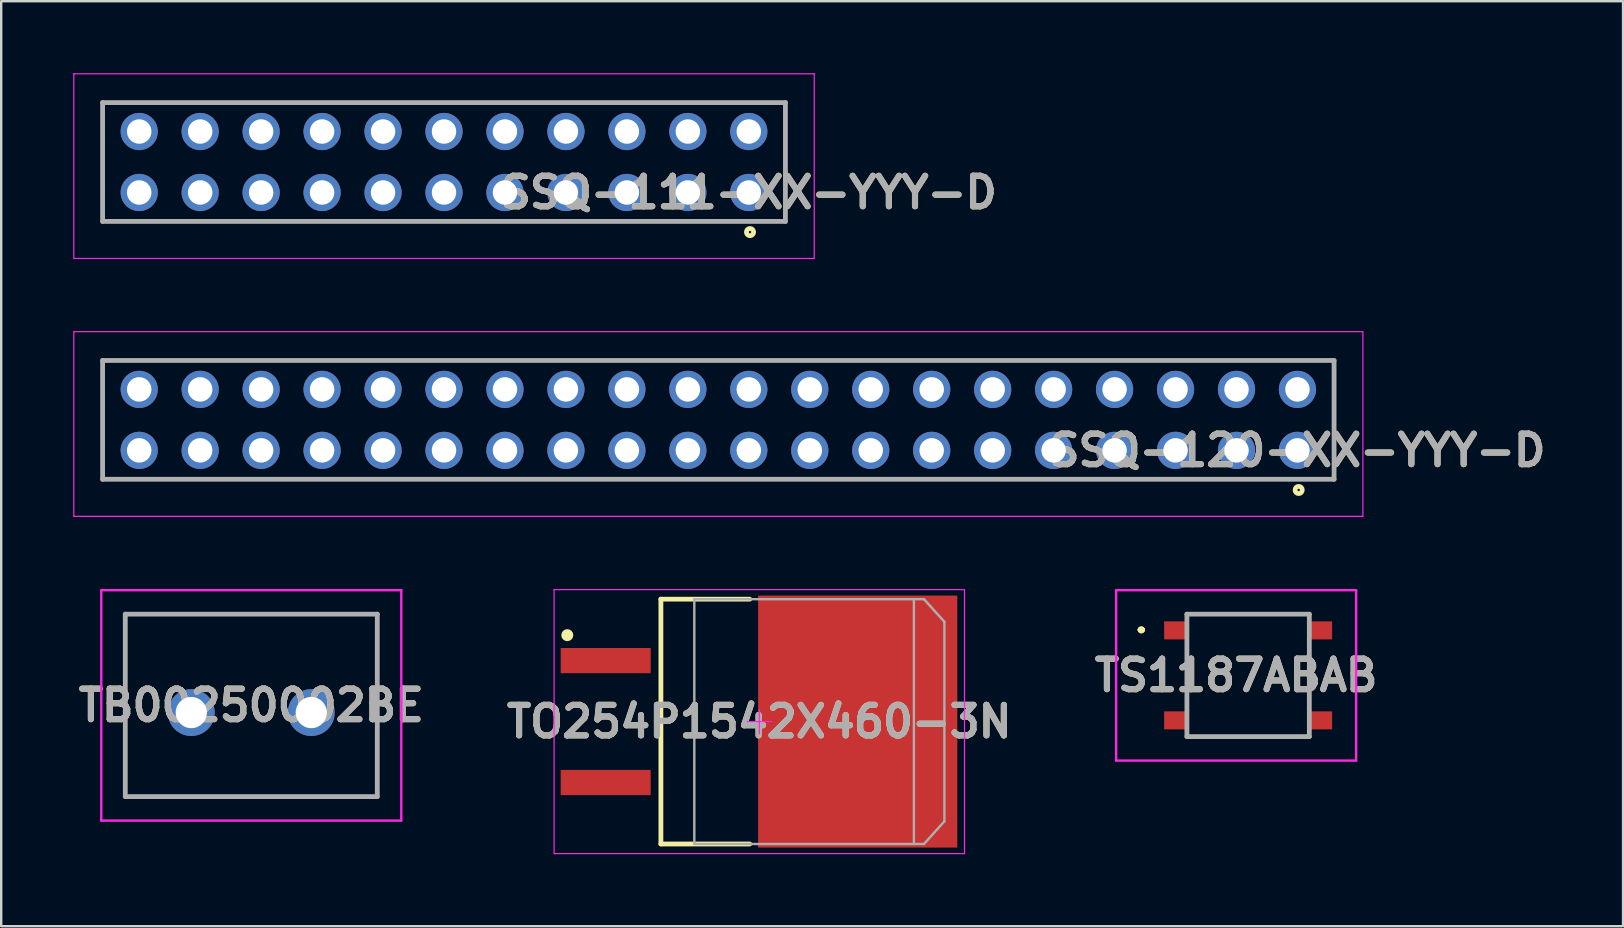
<source format=kicad_pcb>
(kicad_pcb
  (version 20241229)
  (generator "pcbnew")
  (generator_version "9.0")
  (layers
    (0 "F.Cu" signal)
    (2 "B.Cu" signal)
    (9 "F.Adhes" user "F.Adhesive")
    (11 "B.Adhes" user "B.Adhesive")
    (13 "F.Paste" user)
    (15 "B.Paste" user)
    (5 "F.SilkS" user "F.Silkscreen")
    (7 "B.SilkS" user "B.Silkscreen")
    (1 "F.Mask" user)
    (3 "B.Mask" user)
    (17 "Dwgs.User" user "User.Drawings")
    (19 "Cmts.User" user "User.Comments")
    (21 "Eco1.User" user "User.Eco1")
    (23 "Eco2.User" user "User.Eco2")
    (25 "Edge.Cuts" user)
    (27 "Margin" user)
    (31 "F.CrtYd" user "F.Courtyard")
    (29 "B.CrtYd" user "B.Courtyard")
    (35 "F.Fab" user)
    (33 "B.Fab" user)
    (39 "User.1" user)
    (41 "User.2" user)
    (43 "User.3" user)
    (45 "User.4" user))
  (footprint "TS1187ABAB"
    (layer "F.Cu")
    (at 48.954 25.09)
    (property "Reference" "TS1187ABAB" (at -0.5 0 0) (layer "F.SilkS") (effects (font (size 1.27 1.27) (thickness 0.254))))
    (attr smd)
    (fp_line (start -4.5 -1.9) (end -4.5 -1.9) (stroke (width 0.2) (type solid)) (layer "F.SilkS"))
    (fp_line (start -4.5 -1.9) (end -4.5 -1.9) (stroke (width 0.2) (type solid)) (layer "F.SilkS"))
    (fp_line (start -4.4 -1.9) (end -4.4 -1.9) (stroke (width 0.2) (type solid)) (layer "F.SilkS"))
    (fp_line (start -2.55 -1) (end -2.55 1) (stroke (width 0.1) (type solid)) (layer "F.SilkS"))
    (fp_line (start -2 -2.55) (end 2 -2.55) (stroke (width 0.1) (type solid)) (layer "F.SilkS"))
    (fp_line (start -2 2.55) (end 2 2.55) (stroke (width 0.1) (type solid)) (layer "F.SilkS"))
    (fp_line (start 2.55 -1) (end 2.55 1) (stroke (width 0.1) (type solid)) (layer "F.SilkS"))
    (fp_arc (start -4.5 -1.9) (mid -4.45 -1.95) (end -4.4 -1.9) (stroke (width 0.2) (type solid)) (layer "F.SilkS"))
    (fp_arc (start -4.4 -1.9) (mid -4.45 -1.85) (end -4.5 -1.9) (stroke (width 0.2) (type solid)) (layer "F.SilkS"))
    (fp_arc (start -4.4 -1.9) (mid -4.45 -1.85) (end -4.5 -1.9) (stroke (width 0.2) (type solid)) (layer "F.SilkS"))
    (fp_line (start -5.5 -3.55) (end 4.5 -3.55) (stroke (width 0.1) (type solid)) (layer "F.CrtYd"))
    (fp_line (start -5.5 3.55) (end -5.5 -3.55) (stroke (width 0.1) (type solid)) (layer "F.CrtYd"))
    (fp_line (start 4.5 -3.55) (end 4.5 3.55) (stroke (width 0.1) (type solid)) (layer "F.CrtYd"))
    (fp_line (start 4.5 3.55) (end -5.5 3.55) (stroke (width 0.1) (type solid)) (layer "F.CrtYd"))
    (fp_line (start -2.55 -2.55) (end -2.55 2.55) (stroke (width 0.2) (type solid)) (layer "F.Fab"))
    (fp_line (start -2.55 2.55) (end 2.55 2.55) (stroke (width 0.2) (type solid)) (layer "F.Fab"))
    (fp_line (start 2.55 -2.55) (end -2.55 -2.55) (stroke (width 0.2) (type solid)) (layer "F.Fab"))
    (fp_line (start 2.55 2.55) (end 2.55 -2.55) (stroke (width 0.2) (type solid)) (layer "F.Fab"))
    (fp_text user "${REFERENCE}" (at -0.5 0 0) (layer "F.Fab") (effects (font (size 1.27 1.27) (thickness 0.254))))
    (pad "A1" smd rect (at -3 -1.875 90) (size 0.75 1) (layers "F.Cu" "F.Mask" "F.Paste"))
    (pad "B1" smd rect (at 3 -1.875 90) (size 0.75 1) (layers "F.Cu" "F.Mask" "F.Paste"))
    (pad "C1" smd rect (at -3 1.875 90) (size 0.75 1) (layers "F.Cu" "F.Mask" "F.Paste"))
    (pad "D1" smd rect (at 3 1.875 90) (size 0.75 1) (layers "F.Cu" "F.Mask" "F.Paste")))
  (footprint "TB00250002BE"
    (layer "F.Cu")
    (at 4.92 26.64)
    (property "Reference" "TB00250002BE" (at 2.5 -0.3 0) (layer "F.SilkS") (effects (font (size 1.27 1.27) (thickness 0.254))))
    (attr through_hole)
    (fp_line (start -2.75 -4.1) (end 7.75 -4.1) (stroke (width 0.1) (type solid)) (layer "F.SilkS"))
    (fp_line (start -2.75 3.5) (end -2.75 -4.1) (stroke (width 0.1) (type solid)) (layer "F.SilkS"))
    (fp_line (start 7.75 -4.1) (end 7.75 3.5) (stroke (width 0.1) (type solid)) (layer "F.SilkS"))
    (fp_line (start 7.75 3.5) (end -2.75 3.5) (stroke (width 0.1) (type solid)) (layer "F.SilkS"))
    (fp_line (start -3.75 -5.1) (end 8.75 -5.1) (stroke (width 0.1) (type solid)) (layer "F.CrtYd"))
    (fp_line (start -3.75 4.5) (end -3.75 -5.1) (stroke (width 0.1) (type solid)) (layer "F.CrtYd"))
    (fp_line (start 8.75 -5.1) (end 8.75 4.5) (stroke (width 0.1) (type solid)) (layer "F.CrtYd"))
    (fp_line (start 8.75 4.5) (end -3.75 4.5) (stroke (width 0.1) (type solid)) (layer "F.CrtYd"))
    (fp_line (start -2.75 -4.1) (end 7.75 -4.1) (stroke (width 0.2) (type solid)) (layer "F.Fab"))
    (fp_line (start -2.75 3.5) (end -2.75 -4.1) (stroke (width 0.2) (type solid)) (layer "F.Fab"))
    (fp_line (start 7.75 -4.1) (end 7.75 3.5) (stroke (width 0.2) (type solid)) (layer "F.Fab"))
    (fp_line (start 7.75 3.5) (end -2.75 3.5) (stroke (width 0.2) (type solid)) (layer "F.Fab"))
    (fp_text user "${REFERENCE}" (at 2.5 -0.3 0) (layer "F.Fab") (effects (font (size 1.27 1.27) (thickness 0.254))))
    (pad "1" thru_hole circle (at 0 0) (size 1.95 1.95) (drill 1.3) (layers "*.Cu" "*.Mask"))
    (pad "2" thru_hole circle (at 5 0) (size 1.95 1.95) (drill 1.3) (layers "*.Cu" "*.Mask")))
  (footprint "SSQ-120-XX-YYY-D"
    (layer "F.Cu")
    (at 51.01 15.715)
    (property "Reference" "SSQ-120-XX-YYY-D" (at 0 0 0) (layer "F.SilkS") (effects (font (size 1.27 1.27) (thickness 0.254))))
    (attr through_hole)
    (fp_line (start -49.785 -3.745) (end 1.525 -3.745) (stroke (width 0.1) (type solid)) (layer "F.SilkS"))
    (fp_line (start -49.785 1.205) (end -49.785 -3.745) (stroke (width 0.1) (type solid)) (layer "F.SilkS"))
    (fp_line (start 1.525 -3.745) (end 1.525 1.205) (stroke (width 0.1) (type solid)) (layer "F.SilkS"))
    (fp_line (start 1.525 1.205) (end -49.785 1.205) (stroke (width 0.1) (type solid)) (layer "F.SilkS"))
    (fp_circle (center 0.05 1.65) (end 0.05 1.7) (stroke (width 0.2) (type solid)) (fill no) (layer "F.SilkS"))
    (fp_line (start -50.985 -4.945) (end 2.725 -4.945) (stroke (width 0.05) (type solid)) (layer "F.CrtYd"))
    (fp_line (start -50.985 2.75) (end -50.985 -4.945) (stroke (width 0.05) (type solid)) (layer "F.CrtYd"))
    (fp_line (start 2.725 -4.945) (end 2.725 2.75) (stroke (width 0.05) (type solid)) (layer "F.CrtYd"))
    (fp_line (start 2.725 2.75) (end -50.985 2.75) (stroke (width 0.05) (type solid)) (layer "F.CrtYd"))
    (fp_line (start -49.785 -3.745) (end 1.525 -3.745) (stroke (width 0.2) (type solid)) (layer "F.Fab"))
    (fp_line (start -49.785 1.205) (end -49.785 -3.745) (stroke (width 0.2) (type solid)) (layer "F.Fab"))
    (fp_line (start 1.525 -3.745) (end 1.525 1.205) (stroke (width 0.2) (type solid)) (layer "F.Fab"))
    (fp_line (start 1.525 1.205) (end -49.785 1.205) (stroke (width 0.2) (type solid)) (layer "F.Fab"))
    (fp_text user "${REFERENCE}" (at 0 0 0) (layer "F.Fab") (effects (font (size 1.27 1.27) (thickness 0.254))))
    (pad "1" thru_hole circle (at 0 0) (size 1.55 1.55) (drill 1.02) (layers "*.Cu" "*.Mask"))
    (pad "2" thru_hole circle (at 0 -2.54) (size 1.55 1.55) (drill 1.02) (layers "*.Cu" "*.Mask"))
    (pad "3" thru_hole circle (at -2.54 0) (size 1.55 1.55) (drill 1.02) (layers "*.Cu" "*.Mask"))
    (pad "4" thru_hole circle (at -2.54 -2.54) (size 1.55 1.55) (drill 1.02) (layers "*.Cu" "*.Mask"))
    (pad "5" thru_hole circle (at -5.08 0) (size 1.55 1.55) (drill 1.02) (layers "*.Cu" "*.Mask"))
    (pad "6" thru_hole circle (at -5.08 -2.54) (size 1.55 1.55) (drill 1.02) (layers "*.Cu" "*.Mask"))
    (pad "7" thru_hole circle (at -7.62 0) (size 1.55 1.55) (drill 1.02) (layers "*.Cu" "*.Mask"))
    (pad "8" thru_hole circle (at -7.62 -2.54) (size 1.55 1.55) (drill 1.02) (layers "*.Cu" "*.Mask"))
    (pad "9" thru_hole circle (at -10.16 0) (size 1.55 1.55) (drill 1.02) (layers "*.Cu" "*.Mask"))
    (pad "10" thru_hole circle (at -10.16 -2.54) (size 1.55 1.55) (drill 1.02) (layers "*.Cu" "*.Mask"))
    (pad "11" thru_hole circle (at -12.7 0) (size 1.55 1.55) (drill 1.02) (layers "*.Cu" "*.Mask"))
    (pad "12" thru_hole circle (at -12.7 -2.54) (size 1.55 1.55) (drill 1.02) (layers "*.Cu" "*.Mask"))
    (pad "13" thru_hole circle (at -15.24 0) (size 1.55 1.55) (drill 1.02) (layers "*.Cu" "*.Mask"))
    (pad "14" thru_hole circle (at -15.24 -2.54) (size 1.55 1.55) (drill 1.02) (layers "*.Cu" "*.Mask"))
    (pad "15" thru_hole circle (at -17.78 0) (size 1.55 1.55) (drill 1.02) (layers "*.Cu" "*.Mask"))
    (pad "16" thru_hole circle (at -17.78 -2.54) (size 1.55 1.55) (drill 1.02) (layers "*.Cu" "*.Mask"))
    (pad "17" thru_hole circle (at -20.32 0) (size 1.55 1.55) (drill 1.02) (layers "*.Cu" "*.Mask"))
    (pad "18" thru_hole circle (at -20.32 -2.54) (size 1.55 1.55) (drill 1.02) (layers "*.Cu" "*.Mask"))
    (pad "19" thru_hole circle (at -22.86 0) (size 1.55 1.55) (drill 1.02) (layers "*.Cu" "*.Mask"))
    (pad "20" thru_hole circle (at -22.86 -2.54) (size 1.55 1.55) (drill 1.02) (layers "*.Cu" "*.Mask"))
    (pad "21" thru_hole circle (at -25.4 0) (size 1.55 1.55) (drill 1.02) (layers "*.Cu" "*.Mask"))
    (pad "22" thru_hole circle (at -25.4 -2.54) (size 1.55 1.55) (drill 1.02) (layers "*.Cu" "*.Mask"))
    (pad "23" thru_hole circle (at -27.94 0) (size 1.55 1.55) (drill 1.02) (layers "*.Cu" "*.Mask"))
    (pad "24" thru_hole circle (at -27.94 -2.54) (size 1.55 1.55) (drill 1.02) (layers "*.Cu" "*.Mask"))
    (pad "25" thru_hole circle (at -30.48 0) (size 1.55 1.55) (drill 1.02) (layers "*.Cu" "*.Mask"))
    (pad "26" thru_hole circle (at -30.48 -2.54) (size 1.55 1.55) (drill 1.02) (layers "*.Cu" "*.Mask"))
    (pad "27" thru_hole circle (at -33.02 0) (size 1.55 1.55) (drill 1.02) (layers "*.Cu" "*.Mask"))
    (pad "28" thru_hole circle (at -33.02 -2.54) (size 1.55 1.55) (drill 1.02) (layers "*.Cu" "*.Mask"))
    (pad "29" thru_hole circle (at -35.56 0) (size 1.55 1.55) (drill 1.02) (layers "*.Cu" "*.Mask"))
    (pad "30" thru_hole circle (at -35.56 -2.54) (size 1.55 1.55) (drill 1.02) (layers "*.Cu" "*.Mask"))
    (pad "31" thru_hole circle (at -38.1 0) (size 1.55 1.55) (drill 1.02) (layers "*.Cu" "*.Mask"))
    (pad "32" thru_hole circle (at -38.1 -2.54) (size 1.55 1.55) (drill 1.02) (layers "*.Cu" "*.Mask"))
    (pad "33" thru_hole circle (at -40.64 0) (size 1.55 1.55) (drill 1.02) (layers "*.Cu" "*.Mask"))
    (pad "34" thru_hole circle (at -40.64 -2.54) (size 1.55 1.55) (drill 1.02) (layers "*.Cu" "*.Mask"))
    (pad "35" thru_hole circle (at -43.18 0) (size 1.55 1.55) (drill 1.02) (layers "*.Cu" "*.Mask"))
    (pad "36" thru_hole circle (at -43.18 -2.54) (size 1.55 1.55) (drill 1.02) (layers "*.Cu" "*.Mask"))
    (pad "37" thru_hole circle (at -45.72 0) (size 1.55 1.55) (drill 1.02) (layers "*.Cu" "*.Mask"))
    (pad "38" thru_hole circle (at -45.72 -2.54) (size 1.55 1.55) (drill 1.02) (layers "*.Cu" "*.Mask"))
    (pad "39" thru_hole circle (at -48.26 0) (size 1.55 1.55) (drill 1.02) (layers "*.Cu" "*.Mask"))
    (pad "40" thru_hole circle (at -48.26 -2.54) (size 1.55 1.55) (drill 1.02) (layers "*.Cu" "*.Mask")))
  (footprint "SSQ-111-XX-YYY-D"
    (layer "F.Cu")
    (at 28.15 4.97)
    (property "Reference" "SSQ-111-XX-YYY-D" (at 0 0 0) (layer "F.SilkS") (effects (font (size 1.27 1.27) (thickness 0.254))))
    (attr through_hole)
    (fp_line (start -26.925 -3.745) (end 1.525 -3.745) (stroke (width 0.1) (type solid)) (layer "F.SilkS"))
    (fp_line (start -26.925 1.205) (end -26.925 -3.745) (stroke (width 0.1) (type solid)) (layer "F.SilkS"))
    (fp_line (start 1.525 -3.745) (end 1.525 1.205) (stroke (width 0.1) (type solid)) (layer "F.SilkS"))
    (fp_line (start 1.525 1.205) (end -26.925 1.205) (stroke (width 0.1) (type solid)) (layer "F.SilkS"))
    (fp_circle (center 0.05 1.65) (end 0.05 1.7) (stroke (width 0.2) (type solid)) (fill no) (layer "F.SilkS"))
    (fp_line (start -28.125 -4.945) (end 2.725 -4.945) (stroke (width 0.05) (type solid)) (layer "F.CrtYd"))
    (fp_line (start -28.125 2.75) (end -28.125 -4.945) (stroke (width 0.05) (type solid)) (layer "F.CrtYd"))
    (fp_line (start 2.725 -4.945) (end 2.725 2.75) (stroke (width 0.05) (type solid)) (layer "F.CrtYd"))
    (fp_line (start 2.725 2.75) (end -28.125 2.75) (stroke (width 0.05) (type solid)) (layer "F.CrtYd"))
    (fp_line (start -26.925 -3.745) (end 1.525 -3.745) (stroke (width 0.2) (type solid)) (layer "F.Fab"))
    (fp_line (start -26.925 1.205) (end -26.925 -3.745) (stroke (width 0.2) (type solid)) (layer "F.Fab"))
    (fp_line (start 1.525 -3.745) (end 1.525 1.205) (stroke (width 0.2) (type solid)) (layer "F.Fab"))
    (fp_line (start 1.525 1.205) (end -26.925 1.205) (stroke (width 0.2) (type solid)) (layer "F.Fab"))
    (fp_text user "${REFERENCE}" (at 0 0 0) (layer "F.Fab") (effects (font (size 1.27 1.27) (thickness 0.254))))
    (pad "1" thru_hole circle (at 0 0) (size 1.55 1.55) (drill 1.02) (layers "*.Cu" "*.Mask"))
    (pad "2" thru_hole circle (at 0 -2.54) (size 1.55 1.55) (drill 1.02) (layers "*.Cu" "*.Mask"))
    (pad "3" thru_hole circle (at -2.54 0) (size 1.55 1.55) (drill 1.02) (layers "*.Cu" "*.Mask"))
    (pad "4" thru_hole circle (at -2.54 -2.54) (size 1.55 1.55) (drill 1.02) (layers "*.Cu" "*.Mask"))
    (pad "5" thru_hole circle (at -5.08 0) (size 1.55 1.55) (drill 1.02) (layers "*.Cu" "*.Mask"))
    (pad "6" thru_hole circle (at -5.08 -2.54) (size 1.55 1.55) (drill 1.02) (layers "*.Cu" "*.Mask"))
    (pad "7" thru_hole circle (at -7.62 0) (size 1.55 1.55) (drill 1.02) (layers "*.Cu" "*.Mask"))
    (pad "8" thru_hole circle (at -7.62 -2.54) (size 1.55 1.55) (drill 1.02) (layers "*.Cu" "*.Mask"))
    (pad "9" thru_hole circle (at -10.16 0) (size 1.55 1.55) (drill 1.02) (layers "*.Cu" "*.Mask"))
    (pad "10" thru_hole circle (at -10.16 -2.54) (size 1.55 1.55) (drill 1.02) (layers "*.Cu" "*.Mask"))
    (pad "11" thru_hole circle (at -12.7 0) (size 1.55 1.55) (drill 1.02) (layers "*.Cu" "*.Mask"))
    (pad "12" thru_hole circle (at -12.7 -2.54) (size 1.55 1.55) (drill 1.02) (layers "*.Cu" "*.Mask"))
    (pad "13" thru_hole circle (at -15.24 0) (size 1.55 1.55) (drill 1.02) (layers "*.Cu" "*.Mask"))
    (pad "14" thru_hole circle (at -15.24 -2.54) (size 1.55 1.55) (drill 1.02) (layers "*.Cu" "*.Mask"))
    (pad "15" thru_hole circle (at -17.78 0) (size 1.55 1.55) (drill 1.02) (layers "*.Cu" "*.Mask"))
    (pad "16" thru_hole circle (at -17.78 -2.54) (size 1.55 1.55) (drill 1.02) (layers "*.Cu" "*.Mask"))
    (pad "17" thru_hole circle (at -20.32 0) (size 1.55 1.55) (drill 1.02) (layers "*.Cu" "*.Mask"))
    (pad "18" thru_hole circle (at -20.32 -2.54) (size 1.55 1.55) (drill 1.02) (layers "*.Cu" "*.Mask"))
    (pad "19" thru_hole circle (at -22.86 0) (size 1.55 1.55) (drill 1.02) (layers "*.Cu" "*.Mask"))
    (pad "20" thru_hole circle (at -22.86 -2.54) (size 1.55 1.55) (drill 1.02) (layers "*.Cu" "*.Mask"))
    (pad "21" thru_hole circle (at -25.4 0) (size 1.55 1.55) (drill 1.02) (layers "*.Cu" "*.Mask"))
    (pad "22" thru_hole circle (at -25.4 -2.54) (size 1.55 1.55) (drill 1.02) (layers "*.Cu" "*.Mask")))
  (footprint "TO254P1542X460-3N"
    (layer "F.Cu")
    (at 28.587 27.015)
    (property "Reference" "TO254P1542X460-3N" (at 0 0 0) (layer "F.SilkS") (effects (font (size 1.27 1.27) (thickness 0.254))))
    (attr smd)
    (fp_line (start -4.1 -5.1) (end -0.4 -5.1) (stroke (width 0.2) (type solid)) (layer "F.SilkS"))
    (fp_line (start -4.1 5.1) (end -4.1 -5.1) (stroke (width 0.2) (type solid)) (layer "F.SilkS"))
    (fp_line (start -0.4 5.1) (end -4.1 5.1) (stroke (width 0.2) (type solid)) (layer "F.SilkS"))
    (fp_circle (center -8 -3.6) (end -8 -3.475) (stroke (width 0.25) (type solid)) (fill no) (layer "F.SilkS"))
    (fp_line (start -8.55 -5.5) (end -8.55 5.5) (stroke (width 0.05) (type solid)) (layer "F.CrtYd"))
    (fp_line (start -8.55 5.5) (end 8.55 5.5) (stroke (width 0.05) (type solid)) (layer "F.CrtYd"))
    (fp_line (start -2.808 -5.2) (end -2.808 5.2) (stroke (width 0.001) (type solid)) (layer "F.CrtYd"))
    (fp_line (start -2.808 5.2) (end 6.542 5.2) (stroke (width 0.001) (type solid)) (layer "F.CrtYd"))
    (fp_line (start -0.5 0) (end 0.5 0) (stroke (width 0.05) (type solid)) (layer "F.CrtYd"))
    (fp_line (start 0 0.5) (end 0 -0.5) (stroke (width 0.05) (type solid)) (layer "F.CrtYd"))
    (fp_line (start 6.542 -5.2) (end -2.808 -5.2) (stroke (width 0.001) (type solid)) (layer "F.CrtYd"))
    (fp_line (start 6.542 5.2) (end 6.542 -5.2) (stroke (width 0.001) (type solid)) (layer "F.CrtYd"))
    (fp_line (start 8.55 -5.5) (end -8.55 -5.5) (stroke (width 0.05) (type solid)) (layer "F.CrtYd"))
    (fp_line (start 8.55 5.5) (end 8.55 -5.5) (stroke (width 0.05) (type solid)) (layer "F.CrtYd"))
    (fp_line (start -2.708 -5.1) (end -2.708 5.1) (stroke (width 0.1) (type solid)) (layer "F.Fab"))
    (fp_line (start -2.708 5.1) (end 6.442 5.1) (stroke (width 0.1) (type solid)) (layer "F.Fab"))
    (fp_line (start 6.442 -5.1) (end -2.708 -5.1) (stroke (width 0.1) (type solid)) (layer "F.Fab"))
    (fp_line (start 6.442 5.1) (end 6.442 -5.1) (stroke (width 0.1) (type solid)) (layer "F.Fab"))
    (fp_line (start 6.442 5.1) (end 6.861 5.1) (stroke (width 0.1) (type solid)) (layer "F.Fab"))
    (fp_line (start 6.861 -5.1) (end 6.442 -5.1) (stroke (width 0.1) (type solid)) (layer "F.Fab"))
    (fp_line (start 6.861 5.1) (end 7.712 4.157) (stroke (width 0.1) (type solid)) (layer "F.Fab"))
    (fp_line (start 7.712 -4.157) (end 6.861 -5.1) (stroke (width 0.1) (type solid)) (layer "F.Fab"))
    (fp_line (start 7.712 4.157) (end 7.712 -4.157) (stroke (width 0.1) (type solid)) (layer "F.Fab"))
    (fp_text user "${REFERENCE}" (at 0 0 0) (layer "F.Fab") (effects (font (size 1.27 1.27) (thickness 0.254))))
    (pad "1" smd rect (at -6.4 -2.54 90) (size 1.05 3.75) (layers "F.Cu" "F.Mask" "F.Paste"))
    (pad "3" smd rect (at -6.4 2.54 90) (size 1.05 3.75) (layers "F.Cu" "F.Mask" "F.Paste"))
    (pad "4" smd rect (at 4.1 0) (size 8.3 10.5) (layers "F.Cu" "F.Mask" "F.Paste")))
  (gr_rect
    (start -3 -3)
    (end 64.575 35.54)
    (stroke (width 0.1) (type default))
    (fill no)
    (layer "Edge.Cuts")))
</source>
